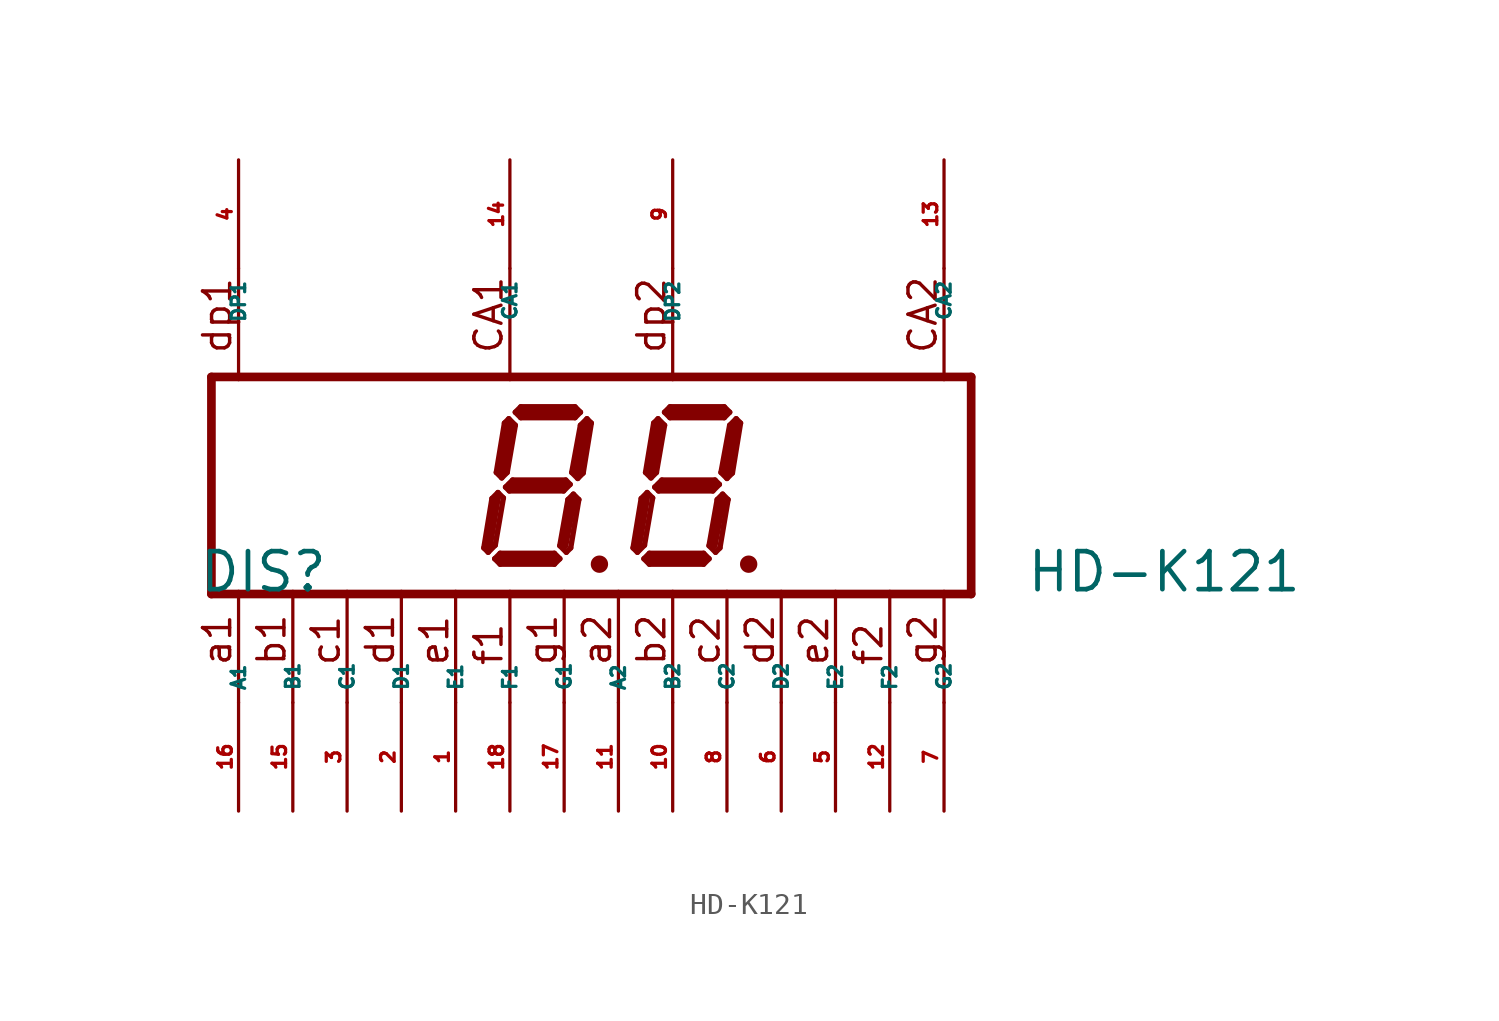
<source format=kicad_sym>
(kicad_symbol_lib
  (version 20220914)
  (generator Eagle2Kicad)
  (symbol "HD-K121"
    (property "Reference" "DIS"
      (at -19.685 -5.08 0)
      (effects (font (size 1.778 1.778) (thickness 0.22)) (justify left bottom)))
    (property "Value" "HD-K121"
      (at 19.05 -5.08 0)
      (effects (font (size 1.778 1.778) (thickness 0.22)) (justify left bottom)))
    (polyline
      (pts (xy -1.016 -3.683) (xy -0.762 -3.683))
      (stroke (width 0.305) (type default))
      (fill (type none)))
    (polyline
      (pts (xy -1.473 3.124) (xy -1.778 2.819))
      (stroke (width 0.254) (type default))
      (fill (type none)))
    (polyline
      (pts (xy -1.778 2.819) (xy -2.184 0.61))
      (stroke (width 0.254) (type default))
      (fill (type none)))
    (polyline
      (pts (xy -2.184 0.61) (xy -1.905 0.33))
      (stroke (width 0.254) (type default))
      (fill (type none)))
    (polyline
      (pts (xy -1.905 0.33) (xy -1.651 0.584))
      (stroke (width 0.254) (type default))
      (fill (type none)))
    (polyline
      (pts (xy -1.651 0.584) (xy -1.27 2.921))
      (stroke (width 0.254) (type default))
      (fill (type none)))
    (polyline
      (pts (xy -1.27 2.921) (xy -1.473 3.124))
      (stroke (width 0.254) (type default))
      (fill (type none)))
    (polyline
      (pts (xy -1.778 3.429) (xy -2.032 3.175))
      (stroke (width 0.254) (type default))
      (fill (type none)))
    (polyline
      (pts (xy -2.032 3.175) (xy -4.572 3.175))
      (stroke (width 0.254) (type default))
      (fill (type none)))
    (polyline
      (pts (xy -4.572 3.175) (xy -4.826 3.429))
      (stroke (width 0.254) (type default))
      (fill (type none)))
    (polyline
      (pts (xy -4.826 3.429) (xy -4.572 3.683))
      (stroke (width 0.254) (type default))
      (fill (type none)))
    (polyline
      (pts (xy -4.572 3.683) (xy -2.032 3.683))
      (stroke (width 0.254) (type default))
      (fill (type none)))
    (polyline
      (pts (xy -2.032 3.683) (xy -1.778 3.429))
      (stroke (width 0.254) (type default))
      (fill (type none)))
    (polyline
      (pts (xy -5.131 3.124) (xy -4.826 2.819))
      (stroke (width 0.254) (type default))
      (fill (type none)))
    (polyline
      (pts (xy -4.826 2.819) (xy -5.207 0.61))
      (stroke (width 0.254) (type default))
      (fill (type none)))
    (polyline
      (pts (xy -5.207 0.61) (xy -5.461 0.356))
      (stroke (width 0.254) (type default))
      (fill (type none)))
    (polyline
      (pts (xy -5.461 0.356) (xy -5.715 0.61))
      (stroke (width 0.254) (type default))
      (fill (type none)))
    (polyline
      (pts (xy -5.715 0.61) (xy -5.334 2.921))
      (stroke (width 0.254) (type default))
      (fill (type none)))
    (polyline
      (pts (xy -5.334 2.921) (xy -5.131 3.124))
      (stroke (width 0.254) (type default))
      (fill (type none)))
    (polyline
      (pts (xy -5.283 -0.076) (xy -4.953 0.254))
      (stroke (width 0.254) (type default))
      (fill (type none)))
    (polyline
      (pts (xy -4.953 0.254) (xy -2.464 0.254))
      (stroke (width 0.254) (type default))
      (fill (type none)))
    (polyline
      (pts (xy -2.464 0.254) (xy -2.261 0.051))
      (stroke (width 0.254) (type default))
      (fill (type none)))
    (polyline
      (pts (xy -2.261 0.051) (xy -2.565 -0.254))
      (stroke (width 0.254) (type default))
      (fill (type none)))
    (polyline
      (pts (xy -2.565 -0.254) (xy -5.105 -0.254))
      (stroke (width 0.254) (type default))
      (fill (type none)))
    (polyline
      (pts (xy -5.105 -0.254) (xy -5.283 -0.076))
      (stroke (width 0.254) (type default))
      (fill (type none)))
    (polyline
      (pts (xy -5.639 -0.33) (xy -5.385 -0.584))
      (stroke (width 0.254) (type default))
      (fill (type none)))
    (polyline
      (pts (xy -6.096 -3.124) (xy -5.766 -2.794))
      (stroke (width 0.254) (type default))
      (fill (type none)))
    (polyline
      (pts (xy -5.766 -2.794) (xy -5.385 -0.584))
      (stroke (width 0.254) (type default))
      (fill (type none)))
    (polyline
      (pts (xy -5.639 -0.33) (xy -5.918 -0.61))
      (stroke (width 0.254) (type default))
      (fill (type none)))
    (polyline
      (pts (xy -5.918 -0.61) (xy -6.299 -2.921))
      (stroke (width 0.254) (type default))
      (fill (type none)))
    (polyline
      (pts (xy -6.299 -2.921) (xy -6.096 -3.124))
      (stroke (width 0.254) (type default))
      (fill (type none)))
    (polyline
      (pts (xy -5.791 -3.429) (xy -5.537 -3.175))
      (stroke (width 0.254) (type default))
      (fill (type none)))
    (polyline
      (pts (xy -5.537 -3.175) (xy -2.997 -3.175))
      (stroke (width 0.254) (type default))
      (fill (type none)))
    (polyline
      (pts (xy -2.997 -3.175) (xy -2.743 -3.429))
      (stroke (width 0.254) (type default))
      (fill (type none)))
    (polyline
      (pts (xy -2.743 -3.429) (xy -2.997 -3.683))
      (stroke (width 0.254) (type default))
      (fill (type none)))
    (polyline
      (pts (xy -2.997 -3.683) (xy -5.537 -3.683))
      (stroke (width 0.254) (type default))
      (fill (type none)))
    (polyline
      (pts (xy -5.537 -3.683) (xy -5.791 -3.429))
      (stroke (width 0.254) (type default))
      (fill (type none)))
    (polyline
      (pts (xy -2.108 -0.406) (xy -2.362 -0.66))
      (stroke (width 0.254) (type default))
      (fill (type none)))
    (polyline
      (pts (xy -2.362 -0.66) (xy -2.743 -2.819))
      (stroke (width 0.254) (type default))
      (fill (type none)))
    (polyline
      (pts (xy -2.743 -2.819) (xy -2.438 -3.124))
      (stroke (width 0.254) (type default))
      (fill (type none)))
    (polyline
      (pts (xy -2.438 -3.124) (xy -2.235 -2.921))
      (stroke (width 0.254) (type default))
      (fill (type none)))
    (polyline
      (pts (xy -2.235 -2.921) (xy -1.854 -0.66))
      (stroke (width 0.254) (type default))
      (fill (type none)))
    (polyline
      (pts (xy -1.854 -0.66) (xy -2.108 -0.406))
      (stroke (width 0.254) (type default))
      (fill (type none)))
    (polyline
      (pts (xy -1.524 2.794) (xy -1.905 0.635))
      (stroke (width 0.406) (type default))
      (fill (type none)))
    (polyline
      (pts (xy -2.032 3.429) (xy -4.572 3.429))
      (stroke (width 0.406) (type default))
      (fill (type none)))
    (polyline
      (pts (xy -5.08 2.794) (xy -5.461 0.635))
      (stroke (width 0.406) (type default))
      (fill (type none)))
    (polyline
      (pts (xy -5.08 0) (xy -2.54 0))
      (stroke (width 0.406) (type default))
      (fill (type none)))
    (polyline
      (pts (xy -2.159 -0.762) (xy -2.54 -2.794))
      (stroke (width 0.406) (type default))
      (fill (type none)))
    (polyline
      (pts (xy -3.048 -3.429) (xy -5.461 -3.429))
      (stroke (width 0.406) (type default))
      (fill (type none)))
    (polyline
      (pts (xy -6.096 -2.921) (xy -5.715 -0.635))
      (stroke (width 0.406) (type default))
      (fill (type none)))
    (polyline
      (pts (xy -19.05 5.08) (xy -19.05 -5.08))
      (stroke (width 0.406) (type default))
      (fill (type none)))
    (polyline
      (pts (xy -2.54 -4.953) (xy -2.54 -10.16))
      (stroke (width 0.152) (type default))
      (fill (type none)))
    (polyline
      (pts (xy -5.08 -4.953) (xy -5.08 -10.16))
      (stroke (width 0.152) (type default))
      (fill (type none)))
    (polyline
      (pts (xy -10.16 -4.953) (xy -10.16 -10.16))
      (stroke (width 0.152) (type default))
      (fill (type none)))
    (polyline
      (pts (xy -15.24 -4.953) (xy -15.24 -10.16))
      (stroke (width 0.152) (type default))
      (fill (type none)))
    (polyline
      (pts (xy -17.78 -4.953) (xy -17.78 -10.16))
      (stroke (width 0.152) (type default))
      (fill (type none)))
    (polyline
      (pts (xy -12.7 -4.953) (xy -12.7 -10.16))
      (stroke (width 0.152) (type default))
      (fill (type none)))
    (polyline
      (pts (xy -7.62 -4.953) (xy -7.62 -10.16))
      (stroke (width 0.152) (type default))
      (fill (type none)))
    (polyline
      (pts (xy -17.78 10.16) (xy -17.78 4.953))
      (stroke (width 0.152) (type default))
      (fill (type none)))
    (polyline
      (pts (xy 5.969 -3.683) (xy 6.223 -3.683))
      (stroke (width 0.305) (type default))
      (fill (type none)))
    (polyline
      (pts (xy 5.512 3.124) (xy 5.207 2.819))
      (stroke (width 0.254) (type default))
      (fill (type none)))
    (polyline
      (pts (xy 5.207 2.819) (xy 4.801 0.61))
      (stroke (width 0.254) (type default))
      (fill (type none)))
    (polyline
      (pts (xy 4.801 0.61) (xy 5.08 0.33))
      (stroke (width 0.254) (type default))
      (fill (type none)))
    (polyline
      (pts (xy 5.08 0.33) (xy 5.334 0.584))
      (stroke (width 0.254) (type default))
      (fill (type none)))
    (polyline
      (pts (xy 5.334 0.584) (xy 5.715 2.921))
      (stroke (width 0.254) (type default))
      (fill (type none)))
    (polyline
      (pts (xy 5.715 2.921) (xy 5.512 3.124))
      (stroke (width 0.254) (type default))
      (fill (type none)))
    (polyline
      (pts (xy 5.207 3.429) (xy 4.953 3.175))
      (stroke (width 0.254) (type default))
      (fill (type none)))
    (polyline
      (pts (xy 4.953 3.175) (xy 2.413 3.175))
      (stroke (width 0.254) (type default))
      (fill (type none)))
    (polyline
      (pts (xy 2.413 3.175) (xy 2.159 3.429))
      (stroke (width 0.254) (type default))
      (fill (type none)))
    (polyline
      (pts (xy 2.159 3.429) (xy 2.413 3.683))
      (stroke (width 0.254) (type default))
      (fill (type none)))
    (polyline
      (pts (xy 2.413 3.683) (xy 4.953 3.683))
      (stroke (width 0.254) (type default))
      (fill (type none)))
    (polyline
      (pts (xy 4.953 3.683) (xy 5.207 3.429))
      (stroke (width 0.254) (type default))
      (fill (type none)))
    (polyline
      (pts (xy 1.854 3.124) (xy 2.159 2.819))
      (stroke (width 0.254) (type default))
      (fill (type none)))
    (polyline
      (pts (xy 2.159 2.819) (xy 1.778 0.61))
      (stroke (width 0.254) (type default))
      (fill (type none)))
    (polyline
      (pts (xy 1.778 0.61) (xy 1.524 0.356))
      (stroke (width 0.254) (type default))
      (fill (type none)))
    (polyline
      (pts (xy 1.524 0.356) (xy 1.27 0.61))
      (stroke (width 0.254) (type default))
      (fill (type none)))
    (polyline
      (pts (xy 1.27 0.61) (xy 1.651 2.921))
      (stroke (width 0.254) (type default))
      (fill (type none)))
    (polyline
      (pts (xy 1.651 2.921) (xy 1.854 3.124))
      (stroke (width 0.254) (type default))
      (fill (type none)))
    (polyline
      (pts (xy 1.702 -0.076) (xy 2.032 0.254))
      (stroke (width 0.254) (type default))
      (fill (type none)))
    (polyline
      (pts (xy 2.032 0.254) (xy 4.521 0.254))
      (stroke (width 0.254) (type default))
      (fill (type none)))
    (polyline
      (pts (xy 4.521 0.254) (xy 4.724 0.051))
      (stroke (width 0.254) (type default))
      (fill (type none)))
    (polyline
      (pts (xy 4.724 0.051) (xy 4.42 -0.254))
      (stroke (width 0.254) (type default))
      (fill (type none)))
    (polyline
      (pts (xy 4.42 -0.254) (xy 1.88 -0.254))
      (stroke (width 0.254) (type default))
      (fill (type none)))
    (polyline
      (pts (xy 1.88 -0.254) (xy 1.702 -0.076))
      (stroke (width 0.254) (type default))
      (fill (type none)))
    (polyline
      (pts (xy 1.346 -0.33) (xy 1.6 -0.584))
      (stroke (width 0.254) (type default))
      (fill (type none)))
    (polyline
      (pts (xy 0.889 -3.124) (xy 1.219 -2.794))
      (stroke (width 0.254) (type default))
      (fill (type none)))
    (polyline
      (pts (xy 1.219 -2.794) (xy 1.6 -0.584))
      (stroke (width 0.254) (type default))
      (fill (type none)))
    (polyline
      (pts (xy 1.346 -0.33) (xy 1.067 -0.61))
      (stroke (width 0.254) (type default))
      (fill (type none)))
    (polyline
      (pts (xy 1.067 -0.61) (xy 0.686 -2.921))
      (stroke (width 0.254) (type default))
      (fill (type none)))
    (polyline
      (pts (xy 0.686 -2.921) (xy 0.889 -3.124))
      (stroke (width 0.254) (type default))
      (fill (type none)))
    (polyline
      (pts (xy 1.194 -3.429) (xy 1.448 -3.175))
      (stroke (width 0.254) (type default))
      (fill (type none)))
    (polyline
      (pts (xy 1.448 -3.175) (xy 3.988 -3.175))
      (stroke (width 0.254) (type default))
      (fill (type none)))
    (polyline
      (pts (xy 3.988 -3.175) (xy 4.242 -3.429))
      (stroke (width 0.254) (type default))
      (fill (type none)))
    (polyline
      (pts (xy 4.242 -3.429) (xy 3.988 -3.683))
      (stroke (width 0.254) (type default))
      (fill (type none)))
    (polyline
      (pts (xy 3.988 -3.683) (xy 1.448 -3.683))
      (stroke (width 0.254) (type default))
      (fill (type none)))
    (polyline
      (pts (xy 1.448 -3.683) (xy 1.194 -3.429))
      (stroke (width 0.254) (type default))
      (fill (type none)))
    (polyline
      (pts (xy 4.877 -0.406) (xy 4.623 -0.66))
      (stroke (width 0.254) (type default))
      (fill (type none)))
    (polyline
      (pts (xy 4.623 -0.66) (xy 4.242 -2.819))
      (stroke (width 0.254) (type default))
      (fill (type none)))
    (polyline
      (pts (xy 4.242 -2.819) (xy 4.547 -3.124))
      (stroke (width 0.254) (type default))
      (fill (type none)))
    (polyline
      (pts (xy 4.547 -3.124) (xy 4.75 -2.921))
      (stroke (width 0.254) (type default))
      (fill (type none)))
    (polyline
      (pts (xy 4.75 -2.921) (xy 5.131 -0.66))
      (stroke (width 0.254) (type default))
      (fill (type none)))
    (polyline
      (pts (xy 5.131 -0.66) (xy 4.877 -0.406))
      (stroke (width 0.254) (type default))
      (fill (type none)))
    (polyline
      (pts (xy 5.461 2.794) (xy 5.08 0.635))
      (stroke (width 0.406) (type default))
      (fill (type none)))
    (polyline
      (pts (xy 4.953 3.429) (xy 2.413 3.429))
      (stroke (width 0.406) (type default))
      (fill (type none)))
    (polyline
      (pts (xy 1.905 2.794) (xy 1.524 0.635))
      (stroke (width 0.406) (type default))
      (fill (type none)))
    (polyline
      (pts (xy 1.905 0) (xy 4.445 0))
      (stroke (width 0.406) (type default))
      (fill (type none)))
    (polyline
      (pts (xy 4.826 -0.762) (xy 4.445 -2.794))
      (stroke (width 0.406) (type default))
      (fill (type none)))
    (polyline
      (pts (xy 3.937 -3.429) (xy 1.524 -3.429))
      (stroke (width 0.406) (type default))
      (fill (type none)))
    (polyline
      (pts (xy 0.889 -2.921) (xy 1.27 -0.635))
      (stroke (width 0.406) (type default))
      (fill (type none)))
    (polyline
      (pts (xy 16.51 -5.08) (xy 16.51 5.08))
      (stroke (width 0.406) (type default))
      (fill (type none)))
    (polyline
      (pts (xy 15.24 -4.953) (xy 15.24 -10.16))
      (stroke (width 0.152) (type default))
      (fill (type none)))
    (polyline
      (pts (xy 12.7 -4.953) (xy 12.7 -10.16))
      (stroke (width 0.152) (type default))
      (fill (type none)))
    (polyline
      (pts (xy 7.62 -4.953) (xy 7.62 -10.16))
      (stroke (width 0.152) (type default))
      (fill (type none)))
    (polyline
      (pts (xy 2.54 -4.953) (xy 2.54 -10.16))
      (stroke (width 0.152) (type default))
      (fill (type none)))
    (polyline
      (pts (xy 0 -4.953) (xy 0 -10.16))
      (stroke (width 0.152) (type default))
      (fill (type none)))
    (polyline
      (pts (xy 15.24 10.16) (xy 15.24 4.953))
      (stroke (width 0.152) (type default))
      (fill (type none)))
    (polyline
      (pts (xy 5.08 -4.953) (xy 5.08 -10.16))
      (stroke (width 0.152) (type default))
      (fill (type none)))
    (polyline
      (pts (xy 10.16 -4.953) (xy 10.16 -10.16))
      (stroke (width 0.152) (type default))
      (fill (type none)))
    (polyline
      (pts (xy 2.54 10.16) (xy 2.54 4.953))
      (stroke (width 0.152) (type default))
      (fill (type none)))
    (polyline
      (pts (xy -5.08 10.16) (xy -5.08 4.953))
      (stroke (width 0.152) (type default))
      (fill (type none)))
    (polyline
      (pts (xy -19.05 5.08) (xy 16.51 5.08))
      (stroke (width 0.406) (type default))
      (fill (type none)))
    (polyline
      (pts (xy 16.51 -5.08) (xy -19.05 -5.08))
      (stroke (width 0.406) (type default))
      (fill (type none)))
    (text "dp1"
      (at -18.034 6.096 900)
      (effects (font (size 1.27 1.27) (thickness 0.16)) (justify left bottom)))
    (text "dp2"
      (at 2.286 6.096 900)
      (effects (font (size 1.27 1.27) (thickness 0.16)) (justify left bottom)))
    (text "a1"
      (at -18.034 -8.509 900)
      (effects (font (size 1.27 1.27) (thickness 0.16)) (justify left bottom)))
    (text "b1"
      (at -15.494 -8.509 900)
      (effects (font (size 1.27 1.27) (thickness 0.16)) (justify left bottom)))
    (text "c1"
      (at -12.954 -8.509 900)
      (effects (font (size 1.27 1.27) (thickness 0.16)) (justify left bottom)))
    (text "d1"
      (at -10.414 -8.509 900)
      (effects (font (size 1.27 1.27) (thickness 0.16)) (justify left bottom)))
    (text "e1"
      (at -7.874 -8.509 900)
      (effects (font (size 1.27 1.27) (thickness 0.16)) (justify left bottom)))
    (text "f1"
      (at -5.334 -8.509 900)
      (effects (font (size 1.27 1.27) (thickness 0.16)) (justify left bottom)))
    (text "g1"
      (at -2.794 -8.509 900)
      (effects (font (size 1.27 1.27) (thickness 0.16)) (justify left bottom)))
    (text "a2"
      (at -0.254 -8.509 900)
      (effects (font (size 1.27 1.27) (thickness 0.16)) (justify left bottom)))
    (text "b2"
      (at 2.286 -8.509 900)
      (effects (font (size 1.27 1.27) (thickness 0.16)) (justify left bottom)))
    (text "c2"
      (at 4.826 -8.509 900)
      (effects (font (size 1.27 1.27) (thickness 0.16)) (justify left bottom)))
    (text "d2"
      (at 7.366 -8.509 900)
      (effects (font (size 1.27 1.27) (thickness 0.16)) (justify left bottom)))
    (text "e2"
      (at 9.906 -8.509 900)
      (effects (font (size 1.27 1.27) (thickness 0.16)) (justify left bottom)))
    (text "f2"
      (at 12.446 -8.509 900)
      (effects (font (size 1.27 1.27) (thickness 0.16)) (justify left bottom)))
    (text "g2"
      (at 14.986 -8.509 900)
      (effects (font (size 1.27 1.27) (thickness 0.16)) (justify left bottom)))
    (text "CA1"
      (at -5.334 6.096 900)
      (effects (font (size 1.27 1.27) (thickness 0.16)) (justify left bottom)))
    (text "CA2"
      (at 14.986 6.096 900)
      (effects (font (size 1.27 1.27) (thickness 0.16)) (justify left bottom)))
    (circle
      (center -0.889 -3.683)
      (radius 0.254)
      (stroke (width 0.305) (type default))
      (fill (type none)))
    (circle
      (center 6.096 -3.683)
      (radius 0.254)
      (stroke (width 0.305) (type default))
      (fill (type none)))
    (pin passive line
      (at -17.78 15.24 270)
      (length 5.08)
      (name "DP1" (effects (font (size 0.635 0.635) (thickness 0.08)) (justify left bottom)))
      (number "4" (effects (font (size 0.635 0.635) (thickness 0.08)) (justify left bottom))))
    (pin passive line
      (at -5.08 -15.24 90)
      (length 5.08)
      (name "F1" (effects (font (size 0.635 0.635) (thickness 0.08)) (justify left bottom)))
      (number "18" (effects (font (size 0.635 0.635) (thickness 0.08)) (justify left bottom))))
    (pin passive line
      (at -10.16 -15.24 90)
      (length 5.08)
      (name "D1" (effects (font (size 0.635 0.635) (thickness 0.08)) (justify left bottom)))
      (number "2" (effects (font (size 0.635 0.635) (thickness 0.08)) (justify left bottom))))
    (pin passive line
      (at -15.24 -15.24 90)
      (length 5.08)
      (name "B1" (effects (font (size 0.635 0.635) (thickness 0.08)) (justify left bottom)))
      (number "15" (effects (font (size 0.635 0.635) (thickness 0.08)) (justify left bottom))))
    (pin passive line
      (at -17.78 -15.24 90)
      (length 5.08)
      (name "A1" (effects (font (size 0.635 0.635) (thickness 0.08)) (justify left bottom)))
      (number "16" (effects (font (size 0.635 0.635) (thickness 0.08)) (justify left bottom))))
    (pin passive line
      (at -12.7 -15.24 90)
      (length 5.08)
      (name "C1" (effects (font (size 0.635 0.635) (thickness 0.08)) (justify left bottom)))
      (number "3" (effects (font (size 0.635 0.635) (thickness 0.08)) (justify left bottom))))
    (pin passive line
      (at -7.62 -15.24 90)
      (length 5.08)
      (name "E1" (effects (font (size 0.635 0.635) (thickness 0.08)) (justify left bottom)))
      (number "1" (effects (font (size 0.635 0.635) (thickness 0.08)) (justify left bottom))))
    (pin passive line
      (at -2.54 -15.24 90)
      (length 5.08)
      (name "G1" (effects (font (size 0.635 0.635) (thickness 0.08)) (justify left bottom)))
      (number "17" (effects (font (size 0.635 0.635) (thickness 0.08)) (justify left bottom))))
    (pin passive line
      (at 2.54 15.24 270)
      (length 5.08)
      (name "DP2" (effects (font (size 0.635 0.635) (thickness 0.08)) (justify left bottom)))
      (number "9" (effects (font (size 0.635 0.635) (thickness 0.08)) (justify left bottom))))
    (pin passive line
      (at 12.7 -15.24 90)
      (length 5.08)
      (name "F2" (effects (font (size 0.635 0.635) (thickness 0.08)) (justify left bottom)))
      (number "12" (effects (font (size 0.635 0.635) (thickness 0.08)) (justify left bottom))))
    (pin passive line
      (at 7.62 -15.24 90)
      (length 5.08)
      (name "D2" (effects (font (size 0.635 0.635) (thickness 0.08)) (justify left bottom)))
      (number "6" (effects (font (size 0.635 0.635) (thickness 0.08)) (justify left bottom))))
    (pin passive line
      (at 2.54 -15.24 90)
      (length 5.08)
      (name "B2" (effects (font (size 0.635 0.635) (thickness 0.08)) (justify left bottom)))
      (number "10" (effects (font (size 0.635 0.635) (thickness 0.08)) (justify left bottom))))
    (pin passive line
      (at 0 -15.24 90)
      (length 5.08)
      (name "A2" (effects (font (size 0.635 0.635) (thickness 0.08)) (justify left bottom)))
      (number "11" (effects (font (size 0.635 0.635) (thickness 0.08)) (justify left bottom))))
    (pin passive line
      (at 15.24 15.24 270)
      (length 5.08)
      (name "CA2" (effects (font (size 0.635 0.635) (thickness 0.08)) (justify left bottom)))
      (number "13" (effects (font (size 0.635 0.635) (thickness 0.08)) (justify left bottom))))
    (pin passive line
      (at 5.08 -15.24 90)
      (length 5.08)
      (name "C2" (effects (font (size 0.635 0.635) (thickness 0.08)) (justify left bottom)))
      (number "8" (effects (font (size 0.635 0.635) (thickness 0.08)) (justify left bottom))))
    (pin passive line
      (at 10.16 -15.24 90)
      (length 5.08)
      (name "E2" (effects (font (size 0.635 0.635) (thickness 0.08)) (justify left bottom)))
      (number "5" (effects (font (size 0.635 0.635) (thickness 0.08)) (justify left bottom))))
    (pin passive line
      (at 15.24 -15.24 90)
      (length 5.08)
      (name "G2" (effects (font (size 0.635 0.635) (thickness 0.08)) (justify left bottom)))
      (number "7" (effects (font (size 0.635 0.635) (thickness 0.08)) (justify left bottom))))
    (pin passive line
      (at -5.08 15.24 270)
      (length 5.08)
      (name "CA1" (effects (font (size 0.635 0.635) (thickness 0.08)) (justify left bottom)))
      (number "14" (effects (font (size 0.635 0.635) (thickness 0.08)) (justify left bottom))))))
</source>
